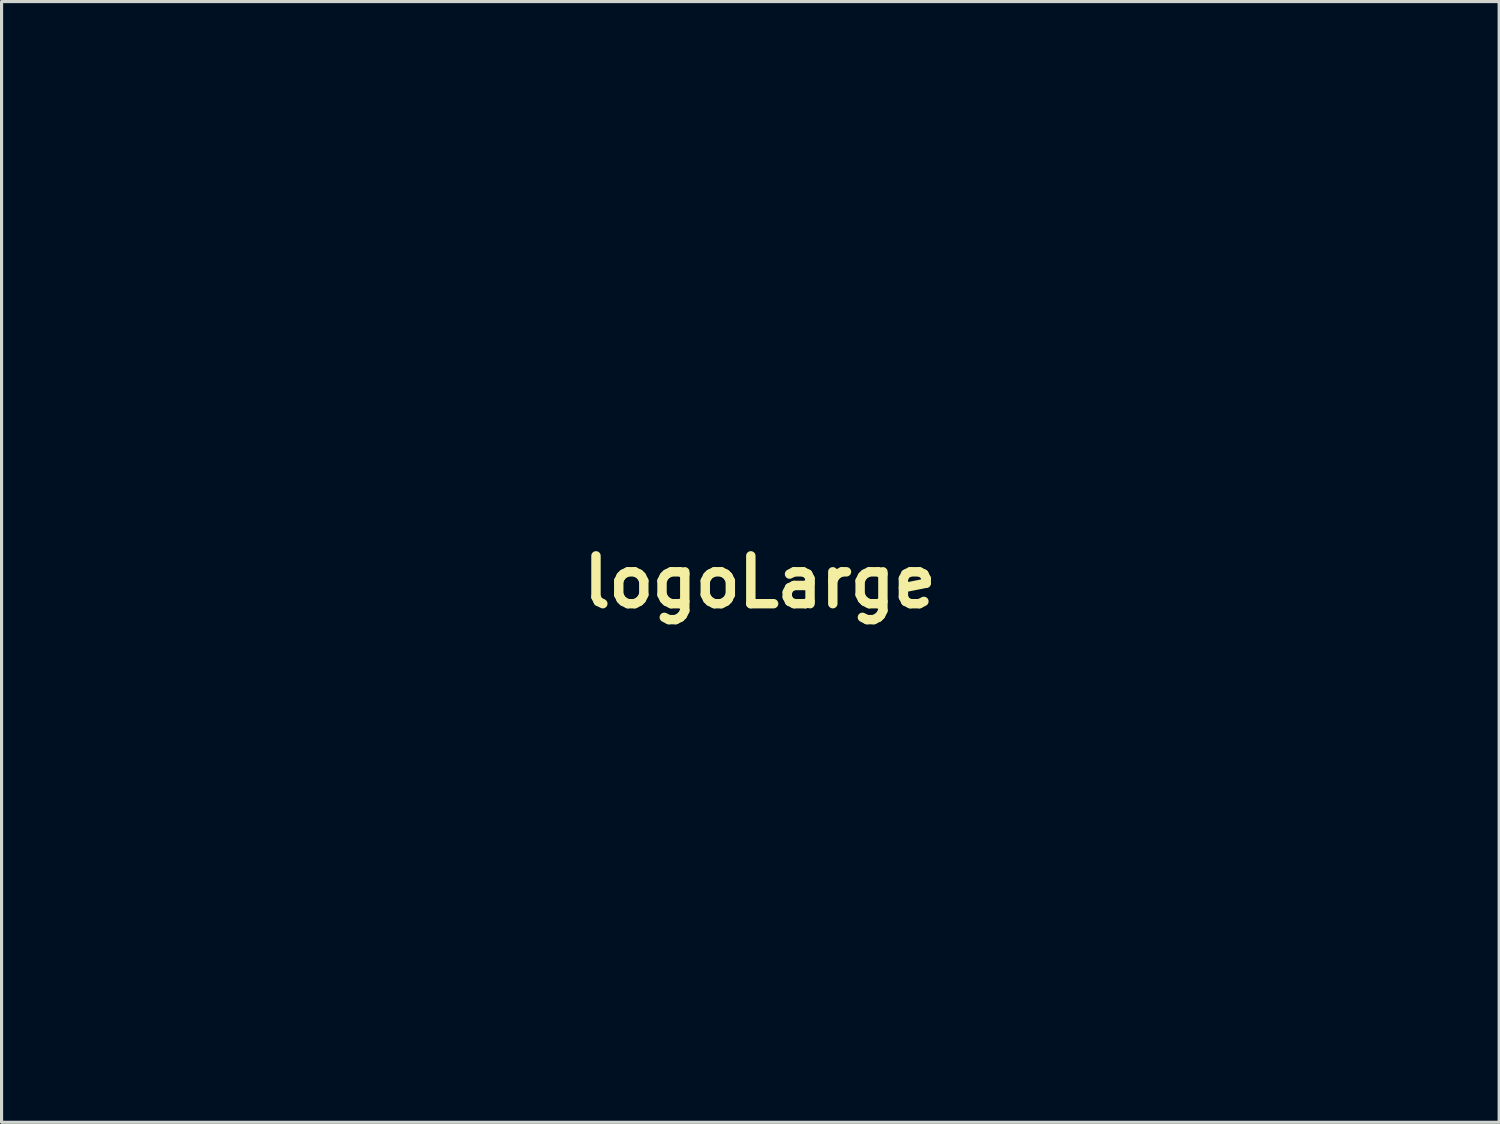
<source format=kicad_pcb>
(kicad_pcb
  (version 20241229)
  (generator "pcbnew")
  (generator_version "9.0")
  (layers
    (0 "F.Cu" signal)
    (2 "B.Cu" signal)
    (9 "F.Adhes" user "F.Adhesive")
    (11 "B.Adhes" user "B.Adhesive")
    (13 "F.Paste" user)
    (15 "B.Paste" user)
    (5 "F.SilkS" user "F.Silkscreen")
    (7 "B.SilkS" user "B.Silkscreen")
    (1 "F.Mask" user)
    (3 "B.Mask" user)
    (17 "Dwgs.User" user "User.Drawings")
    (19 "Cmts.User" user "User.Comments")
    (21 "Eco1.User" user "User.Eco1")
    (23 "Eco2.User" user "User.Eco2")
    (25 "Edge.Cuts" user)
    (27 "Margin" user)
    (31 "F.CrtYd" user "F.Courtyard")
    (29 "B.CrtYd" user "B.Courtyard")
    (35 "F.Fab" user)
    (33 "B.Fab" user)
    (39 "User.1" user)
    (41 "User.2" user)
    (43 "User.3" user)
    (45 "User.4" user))
  (footprint "logoLarge"
    (layer "F.Cu")
    (at 21.168 15.499)
    (property "Reference" "logoLarge" (at 0 0 0) (layer "F.SilkS") (effects (font (size 1.524 1.524) (thickness 0.3))))
    (attr through_hole)
    (fp_poly (pts (xy -5.121 -4.958) (xy -4.904 -4.892) (xy -4.786 -4.78) (xy -4.771 -4.605) (xy -4.86 -4.35) (xy -5.055 -3.997) (xy -5.268 -3.662) (xy -5.525 -3.271) (xy -5.783 -2.871) (xy -6.008 -2.517) (xy -6.126 -2.328) (xy -6.305 -2.042) (xy -6.541 -1.668) (xy -6.8 -1.261) (xy -6.985 -0.974) (xy -7.199 -0.634) (xy -7.374 -0.339) (xy -7.491 -0.123) (xy -7.533 -0.019) (xy -7.516 0.059) (xy -7.433 0.116) (xy -7.245 0.171) (xy -7.085 0.208) (xy -6.905 0.288) (xy -6.874 0.401) (xy -6.986 0.542) (xy -7.256 0.631) (xy -7.674 0.669) (xy -8.023 0.677) (xy -8.811 1.884) (xy -9.471 2.892) (xy -10.042 3.763) (xy -10.528 4.5) (xy -10.931 5.108) (xy -11.254 5.592) (xy -11.501 5.955) (xy -11.674 6.203) (xy -11.777 6.34) (xy -11.806 6.37) (xy -11.963 6.428) (xy -12.067 6.33) (xy -12.082 6.293) (xy -12.07 6.146) (xy -11.978 5.888) (xy -11.824 5.548) (xy -11.62 5.158) (xy -11.382 4.748) (xy -11.161 4.401) (xy -10.999 4.152) (xy -10.883 3.961) (xy -10.837 3.869) (xy -10.837 3.868) (xy -10.792 3.785) (xy -10.668 3.59) (xy -10.483 3.313) (xy -10.257 2.982) (xy -10.233 2.948) (xy -9.954 2.533) (xy -9.669 2.09) (xy -9.416 1.679) (xy -9.265 1.418) (xy -9.094 1.104) (xy -8.998 0.905) (xy -8.968 0.788) (xy -8.996 0.72) (xy -9.068 0.673) (xy -9.219 0.641) (xy -9.53 0.619) (xy -9.99 0.607) (xy -10.592 0.605) (xy -11.081 0.609) (xy -12.928 0.635) (xy -13.337 0.971) (xy -13.551 1.154) (xy -13.85 1.423) (xy -14.199 1.744) (xy -14.563 2.086) (xy -14.659 2.177) (xy -15.054 2.546) (xy -15.352 2.804) (xy -15.571 2.964) (xy -15.727 3.038) (xy -15.792 3.048) (xy -16.13 2.978) (xy -16.379 2.781) (xy -16.43 2.7) (xy -16.457 2.617) (xy -16.436 2.522) (xy -16.35 2.393) (xy -16.181 2.206) (xy -15.914 1.94) (xy -15.734 1.766) (xy -15.43 1.464) (xy -15.203 1.218) (xy -15.068 1.045) (xy -15.042 0.965) (xy -15.045 0.964) (xy -15.246 0.844) (xy -15.435 0.679) (xy -15.558 0.521) (xy -15.579 0.455) (xy -15.495 0.324) (xy -15.251 0.202) (xy -14.855 0.094) (xy -14.314 0.002) (xy -14.306 0.001) (xy -14.046 -0.036) (xy -13.833 -0.079) (xy -13.637 -0.14) (xy -13.429 -0.235) (xy -13.405 -0.248) (xy -11.684 -0.248) (xy -11.605 -0.216) (xy -11.394 -0.181) (xy -11.086 -0.148) (xy -10.858 -0.13) (xy -10.49 -0.104) (xy -10.178 -0.078) (xy -9.965 -0.056) (xy -9.906 -0.047) (xy -9.764 -0.033) (xy -9.504 -0.02) (xy -9.178 -0.011) (xy -9.118 -0.01) (xy -8.782 -0.009) (xy -8.566 -0.026) (xy -8.422 -0.076) (xy -8.302 -0.173) (xy -8.217 -0.263) (xy -8.077 -0.449) (xy -7.89 -0.741) (xy -7.684 -1.094) (xy -7.549 -1.342) (xy -7.319 -1.775) (xy -7.065 -2.244) (xy -6.827 -2.672) (xy -6.736 -2.834) (xy -6.566 -3.137) (xy -6.435 -3.383) (xy -6.36 -3.537) (xy -6.35 -3.568) (xy -6.417 -3.567) (xy -6.602 -3.489) (xy -6.879 -3.346) (xy -7.222 -3.153) (xy -7.607 -2.921) (xy -7.662 -2.887) (xy -8.015 -2.67) (xy -8.417 -2.427) (xy -8.721 -2.248) (xy -9.016 -2.069) (xy -9.376 -1.842) (xy -9.776 -1.583) (xy -10.192 -1.308) (xy -10.601 -1.034) (xy -10.976 -0.777) (xy -11.295 -0.553) (xy -11.533 -0.38) (xy -11.665 -0.272) (xy -11.684 -0.248) (xy -13.405 -0.248) (xy -13.176 -0.377) (xy -12.848 -0.581) (xy -12.416 -0.861) (xy -12.319 -0.924) (xy -11.615 -1.376) (xy -10.879 -1.833) (xy -10.132 -2.284) (xy -9.395 -2.717) (xy -8.691 -3.119) (xy -8.039 -3.479) (xy -7.462 -3.784) (xy -6.981 -4.021) (xy -6.618 -4.18) (xy -6.581 -4.194) (xy -6.28 -4.34) (xy -5.957 -4.549) (xy -5.796 -4.678) (xy -5.566 -4.867) (xy -5.399 -4.959) (xy -5.239 -4.975) (xy -5.121 -4.958)) (stroke (width 0.01) (type solid)) (fill no) (layer "Eco1.User"))
    (fp_poly (pts (xy 16.274 0.841) (xy 16.322 0.855) (xy 16.593 1.002) (xy 16.809 1.197) (xy 16.925 1.397) (xy 16.933 1.457) (xy 16.884 1.696) (xy 16.733 1.996) (xy 16.472 2.366) (xy 16.095 2.817) (xy 15.593 3.358) (xy 15.341 3.618) (xy 14.853 4.118) (xy 14.391 4.599) (xy 13.969 5.044) (xy 13.603 5.439) (xy 13.305 5.768) (xy 13.09 6.016) (xy 12.972 6.167) (xy 12.954 6.204) (xy 12.972 6.222) (xy 13.039 6.217) (xy 13.173 6.18) (xy 13.392 6.108) (xy 13.716 5.992) (xy 14.163 5.827) (xy 14.69 5.63) (xy 15.383 5.373) (xy 16.113 5.107) (xy 16.834 4.849) (xy 17.495 4.617) (xy 18.05 4.428) (xy 18.076 4.419) (xy 18.323 4.341) (xy 18.677 4.233) (xy 19.086 4.111) (xy 19.494 3.992) (xy 19.848 3.891) (xy 19.863 3.887) (xy 20.145 3.845) (xy 20.369 3.874) (xy 20.512 3.952) (xy 20.553 4.06) (xy 20.469 4.176) (xy 20.271 4.27) (xy 20.08 4.336) (xy 19.783 4.444) (xy 19.435 4.573) (xy 19.304 4.623) (xy 18.9 4.763) (xy 18.476 4.89) (xy 18.113 4.98) (xy 18.048 4.993) (xy 17.546 5.112) (xy 16.94 5.301) (xy 16.269 5.546) (xy 15.577 5.83) (xy 14.905 6.138) (xy 14.736 6.221) (xy 13.784 6.699) (xy 13.848 7.011) (xy 13.87 7.211) (xy 13.886 7.538) (xy 13.894 7.951) (xy 13.893 8.407) (xy 13.892 8.509) (xy 13.899 9.276) (xy 13.952 9.981) (xy 14.06 10.661) (xy 14.231 11.353) (xy 14.474 12.095) (xy 14.797 12.924) (xy 14.978 13.352) (xy 15.103 13.659) (xy 15.196 13.916) (xy 15.239 14.077) (xy 15.24 14.092) (xy 15.191 14.212) (xy 15.066 14.212) (xy 14.893 14.107) (xy 14.705 13.907) (xy 14.673 13.864) (xy 14.334 13.317) (xy 14.001 12.642) (xy 13.692 11.883) (xy 13.422 11.08) (xy 13.208 10.277) (xy 13.167 10.091) (xy 13.107 9.692) (xy 13.063 9.181) (xy 13.041 8.614) (xy 13.039 8.381) (xy 13.033 7.957) (xy 13.016 7.604) (xy 12.991 7.356) (xy 12.959 7.243) (xy 12.956 7.241) (xy 12.875 7.23) (xy 12.734 7.273) (xy 12.516 7.381) (xy 12.206 7.562) (xy 11.787 7.824) (xy 11.373 8.091) (xy 11.024 8.327) (xy 10.687 8.577) (xy 10.343 8.856) (xy 9.975 9.183) (xy 9.563 9.573) (xy 9.089 10.045) (xy 8.534 10.614) (xy 8.096 11.07) (xy 7.758 11.41) (xy 7.499 11.642) (xy 7.325 11.761) (xy 7.243 11.764) (xy 7.262 11.645) (xy 7.313 11.536) (xy 7.409 11.382) (xy 7.583 11.127) (xy 7.813 10.804) (xy 8.076 10.446) (xy 8.12 10.387) (xy 8.415 9.984) (xy 8.616 9.683) (xy 8.738 9.46) (xy 8.795 9.287) (xy 8.805 9.185) (xy 8.816 9.056) (xy 8.864 8.936) (xy 8.971 8.8) (xy 9.157 8.623) (xy 9.445 8.38) (xy 9.631 8.228) (xy 9.971 7.934) (xy 10.4 7.536) (xy 10.897 7.055) (xy 11.44 6.514) (xy 12.007 5.936) (xy 12.575 5.343) (xy 13.123 4.758) (xy 13.629 4.203) (xy 14.07 3.7) (xy 14.157 3.598) (xy 14.623 3.033) (xy 14.968 2.578) (xy 15.195 2.23) (xy 15.305 1.984) (xy 15.303 1.835) (xy 15.19 1.779) (xy 15.167 1.778) (xy 14.99 1.812) (xy 14.694 1.903) (xy 14.316 2.038) (xy 13.889 2.204) (xy 13.45 2.386) (xy 13.033 2.57) (xy 12.674 2.742) (xy 12.531 2.818) (xy 11.302 3.53) (xy 10.162 4.272) (xy 9.079 5.059) (xy 8.772 5.277) (xy 8.548 5.387) (xy 8.366 5.395) (xy 8.186 5.309) (xy 8.097 5.243) (xy 7.936 5.087) (xy 7.884 4.941) (xy 7.951 4.784) (xy 8.149 4.597) (xy 8.486 4.359) (xy 8.572 4.303) (xy 8.952 4.056) (xy 9.351 3.793) (xy 9.7 3.56) (xy 9.79 3.5) (xy 10.373 3.128) (xy 11.018 2.758) (xy 11.705 2.397) (xy 12.415 2.054) (xy 13.125 1.736) (xy 13.816 1.453) (xy 14.468 1.213) (xy 15.061 1.023) (xy 15.573 0.892) (xy 15.984 0.829) (xy 16.274 0.841)) (stroke (width 0.01) (type solid)) (fill no) (layer "Eco1.User"))
    (fp_poly (pts (xy -0.714 -3.099) (xy -0.656 -3.087) (xy -0.449 -3.036) (xy -0.321 -2.993) (xy -0.318 -2.991) (xy -0.254 -2.89) (xy -0.306 -2.719) (xy -0.478 -2.468) (xy -0.778 -2.125) (xy -0.826 -2.074) (xy -1.1 -1.778) (xy -1.445 -1.4) (xy -1.82 -0.985) (xy -2.184 -0.577) (xy -2.244 -0.509) (xy -2.765 0.079) (xy -3.2 0.568) (xy -3.574 0.983) (xy -3.911 1.353) (xy -4.236 1.705) (xy -4.575 2.067) (xy -4.737 2.238) (xy -5.003 2.528) (xy -5.208 2.771) (xy -5.335 2.944) (xy -5.364 3.023) (xy -5.362 3.025) (xy -5.287 3.019) (xy -5.14 2.969) (xy -4.908 2.867) (xy -4.576 2.707) (xy -4.13 2.482) (xy -3.555 2.185) (xy -3.278 2.041) (xy -2.89 1.844) (xy -2.603 1.717) (xy -2.371 1.646) (xy -2.148 1.614) (xy -1.943 1.609) (xy -1.584 1.63) (xy -1.307 1.709) (xy -1.095 1.824) (xy -0.922 1.946) (xy -0.828 2.063) (xy -0.816 2.203) (xy -0.895 2.39) (xy -1.07 2.65) (xy -1.347 3.009) (xy -1.412 3.09) (xy -1.954 3.768) (xy -1.659 3.794) (xy -1.426 3.782) (xy -1.104 3.728) (xy -0.778 3.646) (xy -0.464 3.559) (xy -0.196 3.496) (xy -0.031 3.471) (xy -0.029 3.471) (xy 0.125 3.413) (xy 0.326 3.267) (xy 0.423 3.175) (xy 0.62 3) (xy 0.794 2.894) (xy 0.853 2.879) (xy 1.043 2.951) (xy 1.151 3.123) (xy 1.146 3.291) (xy 1.127 3.398) (xy 1.19 3.42) (xy 1.372 3.373) (xy 1.67 3.338) (xy 1.939 3.4) (xy 2.128 3.542) (xy 2.177 3.642) (xy 2.226 3.759) (xy 2.313 3.797) (xy 2.47 3.752) (xy 2.728 3.62) (xy 2.826 3.566) (xy 3.224 3.371) (xy 3.608 3.234) (xy 3.941 3.166) (xy 4.186 3.173) (xy 4.27 3.213) (xy 4.382 3.375) (xy 4.403 3.473) (xy 4.348 3.58) (xy 4.197 3.79) (xy 3.966 4.081) (xy 3.672 4.432) (xy 3.334 4.819) (xy 3.293 4.865) (xy 2.956 5.248) (xy 2.664 5.587) (xy 2.434 5.863) (xy 2.283 6.056) (xy 2.227 6.147) (xy 2.228 6.151) (xy 2.317 6.136) (xy 2.532 6.064) (xy 2.843 5.947) (xy 3.219 5.796) (xy 3.314 5.756) (xy 3.73 5.586) (xy 4.116 5.44) (xy 4.432 5.33) (xy 4.638 5.272) (xy 4.654 5.269) (xy 4.95 5.221) (xy 4.817 5.426) (xy 4.703 5.523) (xy 4.467 5.677) (xy 4.137 5.871) (xy 3.746 6.09) (xy 3.321 6.317) (xy 2.894 6.537) (xy 2.495 6.734) (xy 2.154 6.892) (xy 1.901 6.995) (xy 1.774 7.027) (xy 1.61 6.968) (xy 1.502 6.879) (xy 1.376 6.676) (xy 1.341 6.415) (xy 1.345 6.318) (xy 1.405 6.196) (xy 1.561 5.986) (xy 1.787 5.718) (xy 2.015 5.472) (xy 2.357 5.106) (xy 2.675 4.753) (xy 2.947 4.435) (xy 3.155 4.177) (xy 3.277 4.002) (xy 3.302 3.943) (xy 3.235 3.944) (xy 3.05 4.021) (xy 2.775 4.159) (xy 2.437 4.343) (xy 2.062 4.559) (xy 1.676 4.793) (xy 1.465 4.927) (xy 1.112 5.15) (xy 0.867 5.289) (xy 0.702 5.356) (xy 0.586 5.363) (xy 0.513 5.337) (xy 0.37 5.176) (xy 0.351 4.936) (xy 0.455 4.655) (xy 0.514 4.564) (xy 0.61 4.39) (xy 0.595 4.317) (xy 0.49 4.344) (xy 0.32 4.47) (xy 0.206 4.58) (xy -0.016 4.794) (xy -0.241 4.984) (xy -0.275 5.009) (xy -0.522 5.129) (xy -0.708 5.117) (xy -0.82 5.001) (xy -0.845 4.812) (xy -0.772 4.577) (xy -0.587 4.328) (xy -0.572 4.312) (xy -0.423 4.154) (xy -0.404 4.095) (xy -0.466 4.108) (xy -1.033 4.301) (xy -1.523 4.422) (xy -1.908 4.464) (xy -2.068 4.452) (xy -2.327 4.362) (xy -2.557 4.212) (xy -2.718 4.04) (xy -2.767 3.879) (xy -2.759 3.849) (xy -2.68 3.653) (xy -2.659 3.601) (xy -2.67 3.548) (xy -2.786 3.562) (xy -3.027 3.647) (xy -3.123 3.686) (xy -3.619 3.843) (xy -4.05 3.893) (xy -4.393 3.834) (xy -4.585 3.713) (xy -4.737 3.593) (xy -4.865 3.598) (xy -4.925 3.63) (xy -5.108 3.704) (xy -5.369 3.767) (xy -5.447 3.779) (xy -5.688 3.798) (xy -5.845 3.75) (xy -6 3.604) (xy -6.051 3.544) (xy -6.192 3.39) (xy -6.325 3.305) (xy -6.506 3.268) (xy -6.792 3.26) (xy -6.845 3.26) (xy -7.149 3.254) (xy -7.332 3.226) (xy -7.441 3.16) (xy -7.455 3.14) (xy -3.723 3.14) (xy -3.617 3.124) (xy -3.368 3.029) (xy -2.975 2.855) (xy -2.583 2.673) (xy -2.111 2.44) (xy -1.796 2.262) (xy -1.637 2.136) (xy -1.63 2.06) (xy -1.774 2.034) (xy -1.799 2.034) (xy -2.072 2.091) (xy -2.439 2.246) (xy -2.868 2.486) (xy -3.222 2.72) (xy -3.523 2.938) (xy -3.691 3.078) (xy -3.723 3.14) (xy -7.455 3.14) (xy -7.524 3.041) (xy -7.525 3.038) (xy -7.592 2.829) (xy -7.568 2.679) (xy -6.833 2.679) (xy -6.773 2.701) (xy -6.634 2.672) (xy -6.424 2.595) (xy -6.147 2.463) (xy -5.969 2.365) (xy -5.574 2.088) (xy -5.323 1.791) (xy -5.202 1.493) (xy -5.188 1.317) (xy -5.253 1.27) (xy -5.395 1.326) (xy -5.62 1.474) (xy -5.894 1.684) (xy -6.183 1.929) (xy -6.451 2.177) (xy -6.665 2.401) (xy -6.788 2.567) (xy -6.833 2.679) (xy -7.568 2.679) (xy -7.555 2.593) (xy -7.406 2.311) (xy -7.134 1.962) (xy -6.912 1.717) (xy -6.432 1.251) (xy -5.998 0.938) (xy -5.599 0.772) (xy -5.219 0.748) (xy -4.847 0.861) (xy -4.79 0.89) (xy -4.403 1.096) (xy -2.942 -0.564) (xy -2.401 -1.181) (xy -1.963 -1.684) (xy -1.619 -2.085) (xy -1.357 -2.398) (xy -1.167 -2.634) (xy -1.041 -2.807) (xy -0.967 -2.928) (xy -0.936 -3.009) (xy -0.933 -3.034) (xy -0.883 -3.104) (xy -0.714 -3.099)) (stroke (width 0.01) (type solid)) (fill no) (layer "Eco1.User"))
    (fp_poly (pts (xy -20.963 -15.469) (xy -20.715 -15.4) (xy -20.359 -15.295) (xy -19.924 -15.161) (xy -19.435 -15.007) (xy -19.391 -14.993) (xy -18.905 -14.838) (xy -18.293 -14.643) (xy -17.592 -14.42) (xy -16.839 -14.18) (xy -16.068 -13.935) (xy -15.318 -13.697) (xy -15.113 -13.631) (xy -14.395 -13.403) (xy -13.664 -13.17) (xy -12.954 -12.944) (xy -12.296 -12.733) (xy -11.723 -12.55) (xy -11.267 -12.403) (xy -11.134 -12.361) (xy -10.771 -12.244) (xy -10.264 -12.082) (xy -9.633 -11.88) (xy -8.894 -11.644) (xy -8.066 -11.381) (xy -7.167 -11.094) (xy -6.215 -10.791) (xy -5.228 -10.477) (xy -4.224 -10.158) (xy -3.221 -9.84) (xy -2.238 -9.527) (xy -1.292 -9.227) (xy -0.401 -8.945) (xy 0.416 -8.686) (xy 0.974 -8.51) (xy 1.684 -8.281) (xy 2.268 -8.084) (xy 2.717 -7.923) (xy 3.023 -7.799) (xy 3.178 -7.717) (xy 3.196 -7.696) (xy 3.144 -7.583) (xy 2.988 -7.425) (xy 2.863 -7.329) (xy 2.679 -7.185) (xy 2.586 -7.083) (xy 2.589 -7.054) (xy 2.694 -7.021) (xy 2.929 -6.947) (xy 3.265 -6.841) (xy 3.669 -6.714) (xy 3.849 -6.657) (xy 4.269 -6.52) (xy 4.628 -6.392) (xy 4.895 -6.287) (xy 5.042 -6.213) (xy 5.061 -6.195) (xy 5.016 -6.098) (xy 4.866 -5.95) (xy 4.743 -5.853) (xy 4.543 -5.696) (xy 4.416 -5.573) (xy 4.392 -5.531) (xy 4.467 -5.483) (xy 4.677 -5.396) (xy 4.993 -5.281) (xy 5.387 -5.148) (xy 5.603 -5.078) (xy 6.14 -4.901) (xy 6.517 -4.758) (xy 6.741 -4.65) (xy 6.816 -4.572) (xy 6.816 -4.57) (xy 6.813 -4.507) (xy 6.795 -4.458) (xy 6.749 -4.428) (xy 6.663 -4.419) (xy 6.524 -4.434) (xy 6.319 -4.478) (xy 6.036 -4.552) (xy 5.661 -4.66) (xy 5.181 -4.806) (xy 4.585 -4.992) (xy 3.859 -5.223) (xy 2.99 -5.5) (xy 2.54 -5.644) (xy 1.829 -5.871) (xy 1.025 -6.128) (xy 0.28 -6.366) (xy 1.584 -6.366) (xy 2.633 -6.024) (xy 3.033 -5.895) (xy 3.375 -5.788) (xy 3.629 -5.713) (xy 3.76 -5.679) (xy 3.768 -5.678) (xy 3.883 -5.724) (xy 4.063 -5.844) (xy 4.106 -5.878) (xy 4.259 -6.02) (xy 4.279 -6.099) (xy 4.233 -6.127) (xy 3.977 -6.212) (xy 3.646 -6.318) (xy 3.278 -6.434) (xy 2.908 -6.548) (xy 2.575 -6.649) (xy 2.314 -6.725) (xy 2.162 -6.766) (xy 2.139 -6.77) (xy 2.037 -6.719) (xy 1.867 -6.597) (xy 1.829 -6.567) (xy 1.584 -6.366) (xy 0.28 -6.366) (xy 0.189 -6.396) (xy -0.617 -6.653) (xy -1.33 -6.881) (xy -1.397 -6.903) (xy -2.066 -7.116) (xy -2.894 -7.381) (xy -3.878 -7.694) (xy -5.016 -8.057) (xy -6.304 -8.468) (xy -7.742 -8.925) (xy -9.325 -9.43) (xy -11.052 -9.979) (xy -12.92 -10.574) (xy -13.547 -10.773) (xy -14.385 -11.04) (xy -15.077 -11.26) (xy -15.637 -11.437) (xy -16.078 -11.575) (xy -16.416 -11.679) (xy -16.664 -11.753) (xy -16.838 -11.802) (xy -16.952 -11.829) (xy -17.019 -11.839) (xy -17.055 -11.836) (xy -17.075 -11.825) (xy -17.079 -11.82) (xy -17.087 -11.728) (xy -17.091 -11.484) (xy -17.09 -11.104) (xy -17.085 -10.605) (xy -17.077 -10.004) (xy -17.064 -9.318) (xy -17.049 -8.564) (xy -17.031 -7.812) (xy -16.976 -5.553) (xy -16.925 -3.403) (xy -16.878 -1.367) (xy -16.836 0.551) (xy -16.797 2.348) (xy -16.763 4.021) (xy -16.733 5.564) (xy -16.708 6.975) (xy -16.687 8.25) (xy -16.671 9.384) (xy -16.659 10.375) (xy -16.652 11.218) (xy -16.65 11.909) (xy -16.652 12.445) (xy -16.659 12.821) (xy -16.672 13.035) (xy -16.682 13.085) (xy -16.827 13.2) (xy -16.954 13.159) (xy -16.962 13.152) (xy -16.981 13.051) (xy -16.998 12.813) (xy -17.01 12.466) (xy -17.017 12.042) (xy -17.018 11.797) (xy -17.021 11.35) (xy -17.028 10.969) (xy -17.04 10.684) (xy -17.054 10.523) (xy -17.063 10.499) (xy -17.145 10.547) (xy -17.332 10.676) (xy -17.594 10.867) (xy -17.841 11.051) (xy -18.147 11.273) (xy -18.408 11.447) (xy -18.592 11.552) (xy -18.663 11.573) (xy -18.703 11.477) (xy -18.738 11.227) (xy -18.769 10.835) (xy -18.793 10.316) (xy -18.796 10.221) (xy -18.838 8.898) (xy -19.63 9.495) (xy -20.016 9.776) (xy -20.286 9.947) (xy -20.452 10.015) (xy -20.51 10.004) (xy -20.53 9.901) (xy -20.551 9.63) (xy -20.573 9.194) (xy -20.598 8.595) (xy -20.623 7.833) (xy -20.65 6.912) (xy -20.678 5.833) (xy -20.708 4.598) (xy -20.738 3.208) (xy -20.75 2.65) (xy -20.796 0.447) (xy -20.841 -1.635) (xy -20.884 -3.59) (xy -20.925 -5.413) (xy -20.964 -7.099) (xy -21 -8.643) (xy -21.035 -10.041) (xy -21.067 -11.288) (xy -21.096 -12.377) (xy -21.123 -13.306) (xy -21.138 -13.78) (xy -21.155 -14.372) (xy -21.163 -14.815) (xy -21.163 -14.883) (xy -20.701 -14.883) (xy -20.699 -14.64) (xy -20.694 -14.252) (xy -20.686 -13.733) (xy -20.675 -13.094) (xy -20.662 -12.349) (xy -20.646 -11.509) (xy -20.628 -10.588) (xy -20.608 -9.598) (xy -20.587 -8.551) (xy -20.565 -7.46) (xy -20.541 -6.338) (xy -20.517 -5.197) (xy -20.492 -4.049) (xy -20.468 -2.907) (xy -20.443 -1.784) (xy -20.418 -0.692) (xy -20.394 0.357) (xy -20.371 1.349) (xy -20.349 2.272) (xy -20.328 3.115) (xy -20.324 3.26) (xy -20.304 4.078) (xy -20.286 4.892) (xy -20.27 5.676) (xy -20.256 6.404) (xy -20.245 7.048) (xy -20.238 7.582) (xy -20.235 7.98) (xy -20.235 8.05) (xy -20.232 8.491) (xy -20.222 8.87) (xy -20.208 9.155) (xy -20.191 9.315) (xy -20.183 9.338) (xy -20.098 9.312) (xy -19.911 9.201) (xy -19.654 9.024) (xy -19.464 8.883) (xy -19.036 8.557) (xy -18.373 8.557) (xy -18.373 10.928) (xy -18.095 10.735) (xy -17.863 10.569) (xy -17.58 10.361) (xy -17.424 10.245) (xy -17.031 9.948) (xy -17.079 8.805) (xy -17.097 8.386) (xy -17.113 8.033) (xy -17.127 7.779) (xy -17.136 7.654) (xy -17.137 7.647) (xy -17.205 7.687) (xy -17.376 7.808) (xy -17.621 7.989) (xy -17.761 8.094) (xy -18.373 8.557) (xy -19.036 8.557) (xy -18.798 8.376) (xy -18.843 7.511) (xy -18.853 7.258) (xy -18.866 6.861) (xy -18.881 6.332) (xy -18.898 5.683) (xy -18.916 4.928) (xy -18.936 4.077) (xy -18.957 3.144) (xy -18.98 2.141) (xy -19.003 1.079) (xy -19.026 -0.028) (xy -19.05 -1.169) (xy -19.073 -2.33) (xy -19.096 -3.501) (xy -19.119 -4.668) (xy -19.141 -5.819) (xy -19.163 -6.943) (xy -19.182 -8.026) (xy -19.201 -9.056) (xy -19.218 -10.021) (xy -19.232 -10.91) (xy -19.245 -11.709) (xy -19.255 -12.406) (xy -19.263 -12.988) (xy -19.264 -13.098) (xy -18.86 -13.098) (xy -18.858 -12.71) (xy -18.852 -12.193) (xy -18.843 -11.561) (xy -18.831 -10.828) (xy -18.817 -10.006) (xy -18.799 -9.109) (xy -18.779 -8.151) (xy -18.761 -7.308) (xy -18.735 -6.139) (xy -18.707 -4.89) (xy -18.678 -3.592) (xy -18.649 -2.276) (xy -18.621 -0.975) (xy -18.593 0.282) (xy -18.567 1.462) (xy -18.544 2.535) (xy -18.525 3.441) (xy -18.424 8.111) (xy -17.764 7.607) (xy -17.475 7.373) (xy -17.252 7.165) (xy -17.123 7.012) (xy -17.103 6.96) (xy -17.105 6.846) (xy -17.111 6.582) (xy -17.12 6.186) (xy -17.132 5.677) (xy -17.146 5.074) (xy -17.163 4.396) (xy -17.181 3.662) (xy -17.188 3.387) (xy -17.202 2.795) (xy -17.219 2.095) (xy -17.237 1.302) (xy -17.257 0.431) (xy -17.279 -0.504) (xy -17.301 -1.488) (xy -17.324 -2.507) (xy -17.347 -3.544) (xy -17.37 -4.586) (xy -17.392 -5.617) (xy -17.414 -6.624) (xy -17.435 -7.59) (xy -17.454 -8.501) (xy -17.472 -9.343) (xy -17.488 -10.1) (xy -17.502 -10.758) (xy -17.512 -11.302) (xy -17.52 -11.717) (xy -17.525 -11.988) (xy -17.526 -12.086) (xy -17.497 -12.292) (xy -17.402 -12.361) (xy -17.391 -12.361) (xy -17.291 -12.336) (xy -17.042 -12.263) (xy -16.656 -12.146) (xy -16.147 -11.99) (xy -15.526 -11.797) (xy -14.807 -11.572) (xy -14.001 -11.318) (xy -13.12 -11.041) (xy -12.178 -10.742) (xy -11.187 -10.427) (xy -10.85 -10.32) (xy -9.201 -9.794) (xy -7.706 -9.318) (xy -6.359 -8.889) (xy -5.151 -8.504) (xy -4.075 -8.161) (xy -3.126 -7.859) (xy -2.294 -7.594) (xy -1.574 -7.364) (xy -0.958 -7.168) (xy -0.439 -7.003) (xy -0.01 -6.866) (xy 0.317 -6.762) (xy 1.1 -6.514) (xy 1.355 -6.702) (xy 1.503 -6.837) (xy 1.553 -6.937) (xy 1.546 -6.951) (xy 1.491 -6.976) (xy 1.348 -7.028) (xy 1.111 -7.109) (xy 0.774 -7.221) (xy 0.331 -7.366) (xy -0.223 -7.545) (xy -0.894 -7.761) (xy -1.687 -8.016) (xy -2.607 -8.31) (xy -3.662 -8.646) (xy -4.855 -9.026) (xy -6.193 -9.451) (xy -7.681 -9.924) (xy -9.325 -10.445) (xy -9.356 -10.455) (xy -11.455 -11.122) (xy -13.457 -11.759) (xy -15.338 -12.361) (xy -16.835 -12.841) (xy -17.382 -13.015) (xy -17.875 -13.167) (xy -18.291 -13.291) (xy -18.607 -13.38) (xy -18.801 -13.428) (xy -18.854 -13.433) (xy -18.859 -13.343) (xy -18.86 -13.098) (xy -19.264 -13.098) (xy -19.267 -13.445) (xy -19.269 -13.763) (xy -19.267 -13.93) (xy -19.265 -13.953) (xy -19.25 -13.959) (xy -19.219 -13.959) (xy -19.163 -13.95) (xy -19.074 -13.93) (xy -18.943 -13.895) (xy -18.761 -13.843) (xy -18.521 -13.771) (xy -18.214 -13.677) (xy -17.832 -13.559) (xy -17.365 -13.413) (xy -16.807 -13.237) (xy -16.148 -13.029) (xy -15.379 -12.785) (xy -14.494 -12.504) (xy -13.482 -12.182) (xy -12.336 -11.817) (xy -11.048 -11.406) (xy -9.608 -10.947) (xy -9.271 -10.839) (xy -7.677 -10.331) (xy -6.237 -9.872) (xy -4.943 -9.46) (xy -3.788 -9.092) (xy -2.764 -8.766) (xy -1.863 -8.48) (xy -1.079 -8.232) (xy -0.404 -8.018) (xy 0.171 -7.837) (xy 0.651 -7.687) (xy 1.046 -7.564) (xy 1.362 -7.467) (xy 1.607 -7.393) (xy 1.789 -7.34) (xy 1.915 -7.305) (xy 1.992 -7.286) (xy 2.026 -7.281) (xy 2.165 -7.33) (xy 2.332 -7.438) (xy 2.531 -7.595) (xy 1.329 -7.981) (xy 0.547 -8.232) (xy -0.38 -8.528) (xy -1.436 -8.866) (xy -2.604 -9.238) (xy -3.868 -9.641) (xy -5.211 -10.069) (xy -6.618 -10.517) (xy -6.689 -10.54) (xy -7.456 -10.784) (xy -8.264 -11.041) (xy -9.075 -11.299) (xy -9.853 -11.547) (xy -10.559 -11.771) (xy -11.156 -11.961) (xy -11.345 -12.022) (xy -11.903 -12.199) (xy -12.583 -12.416) (xy -13.344 -12.658) (xy -14.148 -12.913) (xy -14.954 -13.169) (xy -15.723 -13.413) (xy -15.875 -13.462) (xy -16.579 -13.685) (xy -17.282 -13.909) (xy -17.956 -14.124) (xy -18.569 -14.319) (xy -19.093 -14.487) (xy -19.498 -14.617) (xy -19.63 -14.659) (xy -20.022 -14.783) (xy -20.35 -14.882) (xy -20.585 -14.948) (xy -20.695 -14.971) (xy -20.699 -14.97) (xy -20.701 -14.883) (xy -21.163 -14.883) (xy -21.162 -15.129) (xy -21.15 -15.333) (xy -21.126 -15.447) (xy -21.091 -15.491) (xy -21.076 -15.494) (xy -20.963 -15.469)) (stroke (width 0.01) (type solid)) (fill no) (layer "Eco1.User")))
  (gr_rect
    (start -3 -3)
    (end 44.726 32.716)
    (stroke (width 0.1) (type default))
    (fill no)
    (layer "Edge.Cuts")))
</source>
